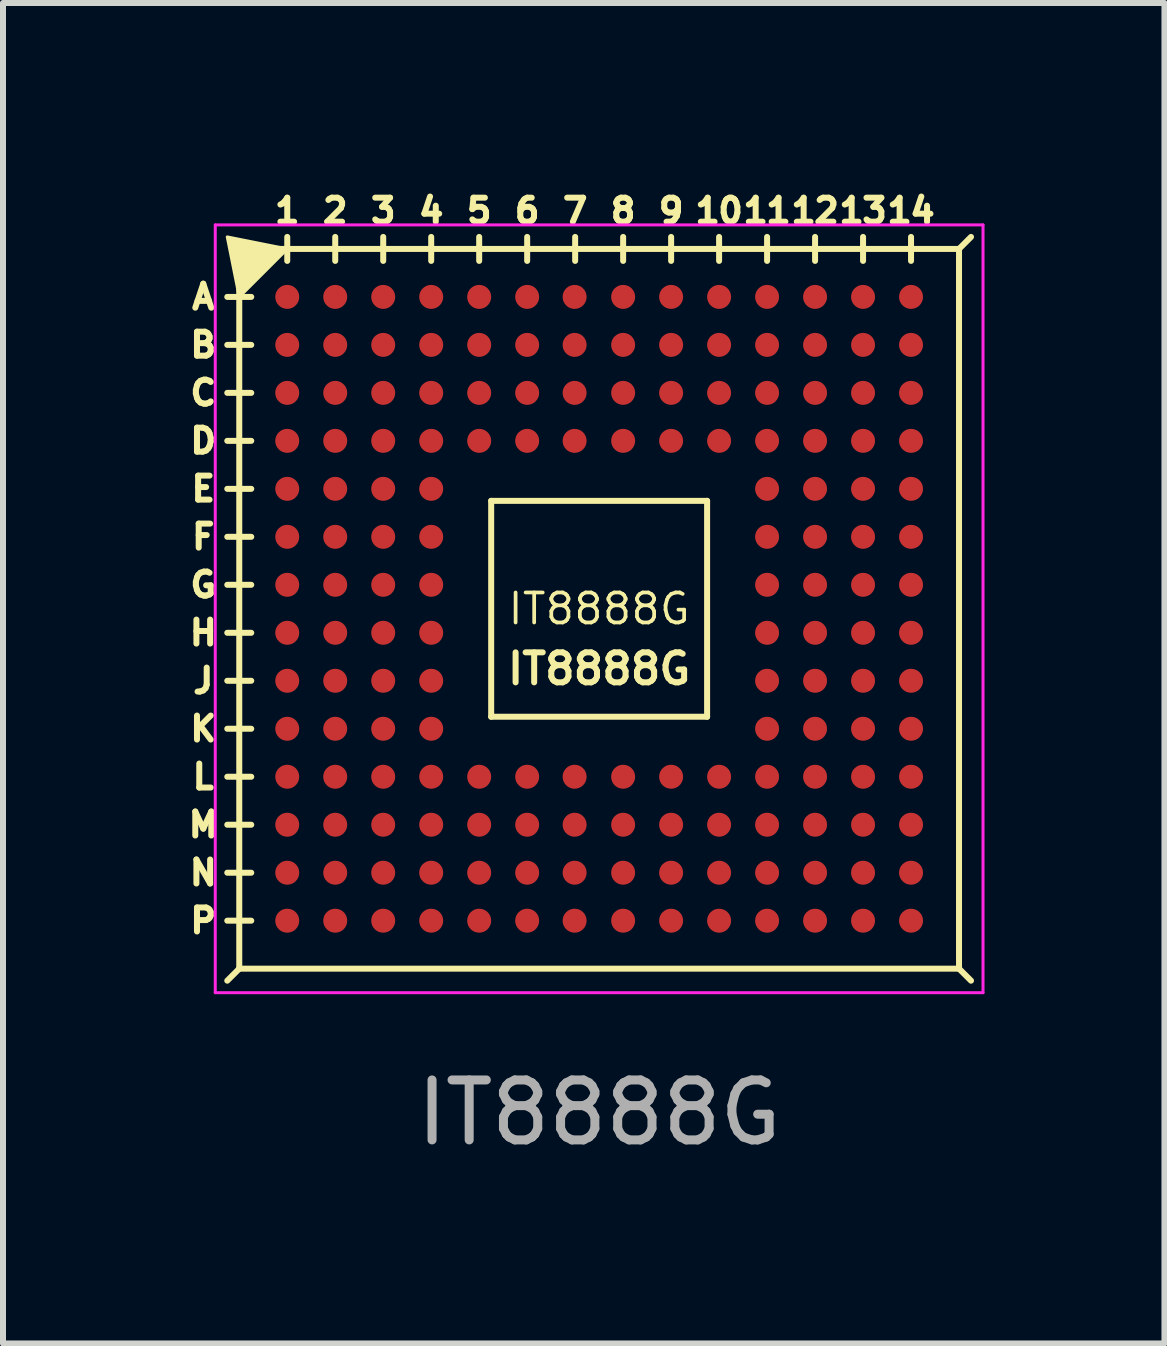
<source format=kicad_pcb>
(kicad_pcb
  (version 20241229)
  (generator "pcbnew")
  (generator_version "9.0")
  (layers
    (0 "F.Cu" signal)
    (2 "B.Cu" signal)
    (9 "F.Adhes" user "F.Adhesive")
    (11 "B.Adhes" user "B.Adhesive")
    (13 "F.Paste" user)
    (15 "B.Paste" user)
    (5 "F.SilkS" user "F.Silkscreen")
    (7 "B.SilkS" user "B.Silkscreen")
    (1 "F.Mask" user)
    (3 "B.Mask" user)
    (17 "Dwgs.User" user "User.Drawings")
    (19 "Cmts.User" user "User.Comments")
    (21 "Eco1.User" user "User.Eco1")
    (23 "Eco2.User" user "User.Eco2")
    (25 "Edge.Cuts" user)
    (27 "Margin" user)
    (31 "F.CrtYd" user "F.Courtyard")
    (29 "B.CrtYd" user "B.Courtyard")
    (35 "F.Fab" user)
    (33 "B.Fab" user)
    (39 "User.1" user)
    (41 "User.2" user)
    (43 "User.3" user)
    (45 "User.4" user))
  (footprint "IT8888G"
    (layer "F.Cu")
    (at 6.939 7.1)
    (property "Reference" "IT8888G" (at 0 1 0) (unlocked yes) (layer "F.SilkS") (effects (font (size 0.5 0.5) (thickness 0.1))))
    (attr smd)
    (fp_line (start -6.2 -5.2) (end -5.8 -5.2) (stroke (width 0.1) (type default)) (layer "F.SilkS"))
    (fp_line (start -6.2 -4.4) (end -5.8 -4.4) (stroke (width 0.1) (type default)) (layer "F.SilkS"))
    (fp_line (start -6.2 -3.6) (end -5.8 -3.6) (stroke (width 0.1) (type default)) (layer "F.SilkS"))
    (fp_line (start -6.2 -2.8) (end -5.8 -2.8) (stroke (width 0.1) (type default)) (layer "F.SilkS"))
    (fp_line (start -6.2 -2) (end -5.8 -2) (stroke (width 0.1) (type default)) (layer "F.SilkS"))
    (fp_line (start -6.2 -1.2) (end -5.8 -1.2) (stroke (width 0.1) (type default)) (layer "F.SilkS"))
    (fp_line (start -6.2 -0.4) (end -5.8 -0.4) (stroke (width 0.1) (type default)) (layer "F.SilkS"))
    (fp_line (start -6.2 0.4) (end -5.8 0.4) (stroke (width 0.1) (type default)) (layer "F.SilkS"))
    (fp_line (start -6.2 1.2) (end -5.8 1.2) (stroke (width 0.1) (type default)) (layer "F.SilkS"))
    (fp_line (start -6.2 2) (end -5.8 2) (stroke (width 0.1) (type default)) (layer "F.SilkS"))
    (fp_line (start -6.2 2.8) (end -5.8 2.8) (stroke (width 0.1) (type default)) (layer "F.SilkS"))
    (fp_line (start -6.2 3.6) (end -5.8 3.6) (stroke (width 0.1) (type default)) (layer "F.SilkS"))
    (fp_line (start -6.2 4.4) (end -5.8 4.4) (stroke (width 0.1) (type default)) (layer "F.SilkS"))
    (fp_line (start -6.2 5.2) (end -5.8 5.2) (stroke (width 0.1) (type default)) (layer "F.SilkS"))
    (fp_line (start -6 -6) (end -6 6) (stroke (width 0.1) (type default)) (layer "F.SilkS"))
    (fp_line (start -6 -6) (end 6 -6) (stroke (width 0.1) (type default)) (layer "F.SilkS"))
    (fp_line (start -6 6) (end -6.2 6.2) (stroke (width 0.1) (type default)) (layer "F.SilkS"))
    (fp_line (start -5.2 -6.2) (end -5.2 -5.8) (stroke (width 0.1) (type default)) (layer "F.SilkS"))
    (fp_line (start -4.4 -6.2) (end -4.4 -5.8) (stroke (width 0.1) (type default)) (layer "F.SilkS"))
    (fp_line (start -3.6 -6.2) (end -3.6 -5.8) (stroke (width 0.1) (type default)) (layer "F.SilkS"))
    (fp_line (start -2.8 -6.2) (end -2.8 -5.8) (stroke (width 0.1) (type default)) (layer "F.SilkS"))
    (fp_line (start -2 -6.2) (end -2 -5.8) (stroke (width 0.1) (type default)) (layer "F.SilkS"))
    (fp_line (start -1.8 -1.8) (end -1.8 1.8) (stroke (width 0.1) (type default)) (layer "F.SilkS"))
    (fp_line (start -1.8 1.8) (end 1.8 1.8) (stroke (width 0.1) (type default)) (layer "F.SilkS"))
    (fp_line (start -1.2 -6.2) (end -1.2 -5.8) (stroke (width 0.1) (type default)) (layer "F.SilkS"))
    (fp_line (start -0.4 -6.2) (end -0.4 -5.8) (stroke (width 0.1) (type default)) (layer "F.SilkS"))
    (fp_line (start 0.4 -6.2) (end 0.4 -5.8) (stroke (width 0.1) (type default)) (layer "F.SilkS"))
    (fp_line (start 1.2 -6.2) (end 1.2 -5.8) (stroke (width 0.1) (type default)) (layer "F.SilkS"))
    (fp_line (start 1.8 -1.8) (end -1.8 -1.8) (stroke (width 0.1) (type default)) (layer "F.SilkS"))
    (fp_line (start 1.8 1.8) (end 1.8 -1.8) (stroke (width 0.1) (type default)) (layer "F.SilkS"))
    (fp_line (start 2 -6.2) (end 2 -5.8) (stroke (width 0.1) (type default)) (layer "F.SilkS"))
    (fp_line (start 2.8 -6.2) (end 2.8 -5.8) (stroke (width 0.1) (type default)) (layer "F.SilkS"))
    (fp_line (start 3.6 -6.2) (end 3.6 -5.8) (stroke (width 0.1) (type default)) (layer "F.SilkS"))
    (fp_line (start 4.4 -6.2) (end 4.4 -5.8) (stroke (width 0.1) (type default)) (layer "F.SilkS"))
    (fp_line (start 5.2 -6.2) (end 5.2 -5.8) (stroke (width 0.1) (type default)) (layer "F.SilkS"))
    (fp_line (start 6 -6) (end 6 6) (stroke (width 0.1) (type default)) (layer "F.SilkS"))
    (fp_line (start 6 -6) (end 6.2 -6.2) (stroke (width 0.1) (type default)) (layer "F.SilkS"))
    (fp_line (start 6 6) (end -6 6) (stroke (width 0.1) (type default)) (layer "F.SilkS"))
    (fp_line (start 6 6) (end 6.2 6.2) (stroke (width 0.1) (type default)) (layer "F.SilkS"))
    (fp_poly (pts (xy -6 -5.2) (xy -5.2 -6) (xy -6.2 -6.2)) (stroke (width 0.05) (type solid)) (fill yes) (layer "F.SilkS"))
    (fp_line (start -6.4 -6.4) (end 6.4 -6.4) (stroke (width 0.05) (type default)) (layer "F.CrtYd"))
    (fp_line (start -6.4 6.4) (end -6.4 -6.4) (stroke (width 0.05) (type default)) (layer "F.CrtYd"))
    (fp_line (start 6.4 -6.4) (end 6.4 6.4) (stroke (width 0.05) (type default)) (layer "F.CrtYd"))
    (fp_line (start 6.4 6.4) (end -6.4 6.4) (stroke (width 0.05) (type default)) (layer "F.CrtYd"))
    (fp_text user "14" (at 5.2 -6.4 0) (unlocked yes) (layer "F.SilkS") (effects (font (size 0.4 0.4) (thickness 0.1) (bold yes)) (justify bottom)))
    (fp_text user "E" (at -6.6 -2 0) (unlocked yes) (layer "F.SilkS") (effects (font (size 0.4 0.4) (thickness 0.1))))
    (fp_text user "2" (at -4.4 -6.4 0) (unlocked yes) (layer "F.SilkS") (effects (font (size 0.4 0.4) (thickness 0.1)) (justify bottom)))
    (fp_text user "G" (at -6.6 -0.4 0) (unlocked yes) (layer "F.SilkS") (effects (font (size 0.4 0.4) (thickness 0.1))))
    (fp_text user "D" (at -6.6 -2.8 0) (unlocked yes) (layer "F.SilkS") (effects (font (size 0.4 0.4) (thickness 0.1))))
    (fp_text user "5" (at -2 -6.4 0) (unlocked yes) (layer "F.SilkS") (effects (font (size 0.4 0.4) (thickness 0.1)) (justify bottom)))
    (fp_text user "L" (at -6.6 2.8 0) (unlocked yes) (layer "F.SilkS") (effects (font (size 0.4 0.4) (thickness 0.1))))
    (fp_text user "1" (at -5.2 -6.4 0) (unlocked yes) (layer "F.SilkS") (effects (font (size 0.4 0.4) (thickness 0.1)) (justify bottom)))
    (fp_text user "8" (at 0.4 -6.4 0) (unlocked yes) (layer "F.SilkS") (effects (font (size 0.4 0.4) (thickness 0.1)) (justify bottom)))
    (fp_text user "A" (at -6.6 -5.2 0) (unlocked yes) (layer "F.SilkS") (effects (font (size 0.4 0.4) (thickness 0.1))))
    (fp_text user "M" (at -6.6 3.6 0) (unlocked yes) (layer "F.SilkS") (effects (font (size 0.4 0.4) (thickness 0.1))))
    (fp_text user "6" (at -1.2 -6.4 0) (unlocked yes) (layer "F.SilkS") (effects (font (size 0.4 0.4) (thickness 0.1)) (justify bottom)))
    (fp_text user "13" (at 4.4 -6.4 0) (unlocked yes) (layer "F.SilkS") (effects (font (size 0.4 0.4) (thickness 0.1) (bold yes)) (justify bottom)))
    (fp_text user "9" (at 1.2 -6.4 0) (unlocked yes) (layer "F.SilkS") (effects (font (size 0.4 0.4) (thickness 0.1)) (justify bottom)))
    (fp_text user "J" (at -6.6 1.2 0) (unlocked yes) (layer "F.SilkS") (effects (font (size 0.4 0.4) (thickness 0.1))))
    (fp_text user "P" (at -6.6 5.2 0) (unlocked yes) (layer "F.SilkS") (effects (font (size 0.4 0.4) (thickness 0.1))))
    (fp_text user "3" (at -3.6 -6.4 0) (unlocked yes) (layer "F.SilkS") (effects (font (size 0.4 0.4) (thickness 0.1)) (justify bottom)))
    (fp_text user "IT8888G" (at 0 0 0) (unlocked yes) (layer "F.SilkS") (effects (font (size 0.5 0.5) (thickness 0.062))))
    (fp_text user "7" (at -0.4 -6.4 0) (unlocked yes) (layer "F.SilkS") (effects (font (size 0.4 0.4) (thickness 0.1)) (justify bottom)))
    (fp_text user "B" (at -6.6 -4.4 0) (unlocked yes) (layer "F.SilkS") (effects (font (size 0.4 0.4) (thickness 0.1))))
    (fp_text user "H" (at -6.6 0.4 0) (unlocked yes) (layer "F.SilkS") (effects (font (size 0.4 0.4) (thickness 0.1))))
    (fp_text user "F" (at -6.6 -1.2 0) (unlocked yes) (layer "F.SilkS") (effects (font (size 0.4 0.4) (thickness 0.1))))
    (fp_text user "K" (at -6.6 2 0) (unlocked yes) (layer "F.SilkS") (effects (font (size 0.4 0.4) (thickness 0.1))))
    (fp_text user "12" (at 3.6 -6.4 0) (unlocked yes) (layer "F.SilkS") (effects (font (size 0.4 0.4) (thickness 0.1) (bold yes)) (justify bottom)))
    (fp_text user "10" (at 2 -6.4 0) (unlocked yes) (layer "F.SilkS") (effects (font (size 0.4 0.4) (thickness 0.1) (bold yes)) (justify bottom)))
    (fp_text user "C" (at -6.6 -3.6 0) (unlocked yes) (layer "F.SilkS") (effects (font (size 0.4 0.4) (thickness 0.1))))
    (fp_text user "4" (at -2.8 -6.4 0) (unlocked yes) (layer "F.SilkS") (effects (font (size 0.4 0.4) (thickness 0.1)) (justify bottom)))
    (fp_text user "11" (at 2.8 -6.4 0) (unlocked yes) (layer "F.SilkS") (effects (font (size 0.4 0.4) (thickness 0.1) (bold yes)) (justify bottom)))
    (fp_text user "N" (at -6.6 4.4 0) (unlocked yes) (layer "F.SilkS") (effects (font (size 0.4 0.4) (thickness 0.1))))
    (fp_text user "${REFERENCE}" (at 0 8.4 0) (unlocked yes) (layer "F.Fab") (effects (font (size 1 1) (thickness 0.15))))
    (pad "A1" smd circle (at -5.2 -5.2) (size 0.4 0.4) (layers "F.Cu" "F.Mask" "F.Paste"))
    (pad "A2" smd circle (at -4.4 -5.2) (size 0.4 0.4) (layers "F.Cu" "F.Mask" "F.Paste"))
    (pad "A3" smd circle (at -3.6 -5.2) (size 0.4 0.4) (layers "F.Cu" "F.Mask" "F.Paste"))
    (pad "A4" smd circle (at -2.8 -5.2) (size 0.4 0.4) (layers "F.Cu" "F.Mask" "F.Paste"))
    (pad "A5" smd circle (at -2 -5.2) (size 0.4 0.4) (layers "F.Cu" "F.Mask" "F.Paste"))
    (pad "A6" smd circle (at -1.2 -5.2) (size 0.4 0.4) (layers "F.Cu" "F.Mask" "F.Paste"))
    (pad "A7" smd circle (at -0.409 -5.2) (size 0.4 0.4) (layers "F.Cu" "F.Mask" "F.Paste"))
    (pad "A8" smd circle (at 0.4 -5.2) (size 0.4 0.4) (layers "F.Cu" "F.Mask" "F.Paste"))
    (pad "A9" smd circle (at 1.2 -5.2) (size 0.4 0.4) (layers "F.Cu" "F.Mask" "F.Paste"))
    (pad "A10" smd circle (at 2 -5.2) (size 0.4 0.4) (layers "F.Cu" "F.Mask" "F.Paste"))
    (pad "A11" smd circle (at 2.8 -5.2) (size 0.4 0.4) (layers "F.Cu" "F.Mask" "F.Paste"))
    (pad "A12" smd circle (at 3.6 -5.2) (size 0.4 0.4) (layers "F.Cu" "F.Mask" "F.Paste"))
    (pad "A13" smd circle (at 4.4 -5.2) (size 0.4 0.4) (layers "F.Cu" "F.Mask" "F.Paste"))
    (pad "A14" smd circle (at 5.2 -5.2) (size 0.4 0.4) (layers "F.Cu" "F.Mask" "F.Paste"))
    (pad "B1" smd circle (at -5.2 -4.4) (size 0.4 0.4) (layers "F.Cu" "F.Mask" "F.Paste"))
    (pad "B2" smd circle (at -4.4 -4.4) (size 0.4 0.4) (layers "F.Cu" "F.Mask" "F.Paste"))
    (pad "B3" smd circle (at -3.6 -4.4) (size 0.4 0.4) (layers "F.Cu" "F.Mask" "F.Paste"))
    (pad "B4" smd circle (at -2.8 -4.4) (size 0.4 0.4) (layers "F.Cu" "F.Mask" "F.Paste"))
    (pad "B5" smd circle (at -2 -4.4) (size 0.4 0.4) (layers "F.Cu" "F.Mask" "F.Paste"))
    (pad "B6" smd circle (at -1.2 -4.4) (size 0.4 0.4) (layers "F.Cu" "F.Mask" "F.Paste"))
    (pad "B7" smd circle (at -0.409 -4.4) (size 0.4 0.4) (layers "F.Cu" "F.Mask" "F.Paste"))
    (pad "B8" smd circle (at 0.4 -4.4) (size 0.4 0.4) (layers "F.Cu" "F.Mask" "F.Paste"))
    (pad "B9" smd circle (at 1.2 -4.4) (size 0.4 0.4) (layers "F.Cu" "F.Mask" "F.Paste"))
    (pad "B10" smd circle (at 2 -4.4) (size 0.4 0.4) (layers "F.Cu" "F.Mask" "F.Paste"))
    (pad "B11" smd circle (at 2.8 -4.4) (size 0.4 0.4) (layers "F.Cu" "F.Mask" "F.Paste"))
    (pad "B12" smd circle (at 3.6 -4.4) (size 0.4 0.4) (layers "F.Cu" "F.Mask" "F.Paste"))
    (pad "B13" smd circle (at 4.4 -4.4) (size 0.4 0.4) (layers "F.Cu" "F.Mask" "F.Paste"))
    (pad "B14" smd circle (at 5.2 -4.4) (size 0.4 0.4) (layers "F.Cu" "F.Mask" "F.Paste"))
    (pad "C1" smd circle (at -5.2 -3.6) (size 0.4 0.4) (layers "F.Cu" "F.Mask" "F.Paste"))
    (pad "C2" smd circle (at -4.4 -3.6) (size 0.4 0.4) (layers "F.Cu" "F.Mask" "F.Paste"))
    (pad "C3" smd circle (at -3.6 -3.6) (size 0.4 0.4) (layers "F.Cu" "F.Mask" "F.Paste"))
    (pad "C4" smd circle (at -2.8 -3.6) (size 0.4 0.4) (layers "F.Cu" "F.Mask" "F.Paste"))
    (pad "C5" smd circle (at -2 -3.6) (size 0.4 0.4) (layers "F.Cu" "F.Mask" "F.Paste"))
    (pad "C6" smd circle (at -1.2 -3.6) (size 0.4 0.4) (layers "F.Cu" "F.Mask" "F.Paste"))
    (pad "C7" smd circle (at -0.409 -3.6) (size 0.4 0.4) (layers "F.Cu" "F.Mask" "F.Paste"))
    (pad "C8" smd circle (at 0.4 -3.6) (size 0.4 0.4) (layers "F.Cu" "F.Mask" "F.Paste"))
    (pad "C9" smd circle (at 1.2 -3.6) (size 0.4 0.4) (layers "F.Cu" "F.Mask" "F.Paste"))
    (pad "C10" smd circle (at 2 -3.6) (size 0.4 0.4) (layers "F.Cu" "F.Mask" "F.Paste"))
    (pad "C11" smd circle (at 2.8 -3.6) (size 0.4 0.4) (layers "F.Cu" "F.Mask" "F.Paste"))
    (pad "C12" smd circle (at 3.6 -3.6) (size 0.4 0.4) (layers "F.Cu" "F.Mask" "F.Paste"))
    (pad "C13" smd circle (at 4.4 -3.6) (size 0.4 0.4) (layers "F.Cu" "F.Mask" "F.Paste"))
    (pad "C14" smd circle (at 5.2 -3.6) (size 0.4 0.4) (layers "F.Cu" "F.Mask" "F.Paste"))
    (pad "D1" smd circle (at -5.2 -2.8) (size 0.4 0.4) (layers "F.Cu" "F.Mask" "F.Paste"))
    (pad "D2" smd circle (at -4.4 -2.8) (size 0.4 0.4) (layers "F.Cu" "F.Mask" "F.Paste"))
    (pad "D3" smd circle (at -3.6 -2.8) (size 0.4 0.4) (layers "F.Cu" "F.Mask" "F.Paste"))
    (pad "D4" smd circle (at -2.8 -2.8) (size 0.4 0.4) (layers "F.Cu" "F.Mask" "F.Paste"))
    (pad "D5" smd circle (at -2 -2.8) (size 0.4 0.4) (layers "F.Cu" "F.Mask" "F.Paste"))
    (pad "D6" smd circle (at -1.2 -2.8) (size 0.4 0.4) (layers "F.Cu" "F.Mask" "F.Paste"))
    (pad "D7" smd circle (at -0.409 -2.8) (size 0.4 0.4) (layers "F.Cu" "F.Mask" "F.Paste"))
    (pad "D8" smd circle (at 0.4 -2.8) (size 0.4 0.4) (layers "F.Cu" "F.Mask" "F.Paste"))
    (pad "D9" smd circle (at 1.2 -2.8) (size 0.4 0.4) (layers "F.Cu" "F.Mask" "F.Paste"))
    (pad "D10" smd circle (at 2 -2.8) (size 0.4 0.4) (layers "F.Cu" "F.Mask" "F.Paste"))
    (pad "D11" smd circle (at 2.8 -2.8) (size 0.4 0.4) (layers "F.Cu" "F.Mask" "F.Paste"))
    (pad "D12" smd circle (at 3.6 -2.8) (size 0.4 0.4) (layers "F.Cu" "F.Mask" "F.Paste"))
    (pad "D13" smd circle (at 4.4 -2.8) (size 0.4 0.4) (layers "F.Cu" "F.Mask" "F.Paste"))
    (pad "D14" smd circle (at 5.2 -2.8) (size 0.4 0.4) (layers "F.Cu" "F.Mask" "F.Paste"))
    (pad "E1" smd circle (at -5.2 -2) (size 0.4 0.4) (layers "F.Cu" "F.Mask" "F.Paste"))
    (pad "E2" smd circle (at -4.4 -2) (size 0.4 0.4) (layers "F.Cu" "F.Mask" "F.Paste"))
    (pad "E3" smd circle (at -3.6 -2) (size 0.4 0.4) (layers "F.Cu" "F.Mask" "F.Paste"))
    (pad "E4" smd circle (at -2.8 -2) (size 0.4 0.4) (layers "F.Cu" "F.Mask" "F.Paste"))
    (pad "E11" smd circle (at 2.8 -2) (size 0.4 0.4) (layers "F.Cu" "F.Mask" "F.Paste"))
    (pad "E12" smd circle (at 3.6 -2) (size 0.4 0.4) (layers "F.Cu" "F.Mask" "F.Paste"))
    (pad "E13" smd circle (at 4.4 -2) (size 0.4 0.4) (layers "F.Cu" "F.Mask" "F.Paste"))
    (pad "E14" smd circle (at 5.2 -2) (size 0.4 0.4) (layers "F.Cu" "F.Mask" "F.Paste"))
    (pad "F1" smd circle (at -5.2 -1.2) (size 0.4 0.4) (layers "F.Cu" "F.Mask" "F.Paste"))
    (pad "F2" smd circle (at -4.4 -1.2) (size 0.4 0.4) (layers "F.Cu" "F.Mask" "F.Paste"))
    (pad "F3" smd circle (at -3.6 -1.2) (size 0.4 0.4) (layers "F.Cu" "F.Mask" "F.Paste"))
    (pad "F4" smd circle (at -2.8 -1.2) (size 0.4 0.4) (layers "F.Cu" "F.Mask" "F.Paste"))
    (pad "F11" smd circle (at 2.8 -1.2) (size 0.4 0.4) (layers "F.Cu" "F.Mask" "F.Paste"))
    (pad "F12" smd circle (at 3.6 -1.2) (size 0.4 0.4) (layers "F.Cu" "F.Mask" "F.Paste"))
    (pad "F13" smd circle (at 4.4 -1.2) (size 0.4 0.4) (layers "F.Cu" "F.Mask" "F.Paste"))
    (pad "F14" smd circle (at 5.2 -1.2) (size 0.4 0.4) (layers "F.Cu" "F.Mask" "F.Paste"))
    (pad "G1" smd circle (at -5.2 -0.4) (size 0.4 0.4) (layers "F.Cu" "F.Mask" "F.Paste"))
    (pad "G2" smd circle (at -4.4 -0.4) (size 0.4 0.4) (layers "F.Cu" "F.Mask" "F.Paste"))
    (pad "G3" smd circle (at -3.6 -0.4) (size 0.4 0.4) (layers "F.Cu" "F.Mask" "F.Paste"))
    (pad "G4" smd circle (at -2.8 -0.4) (size 0.4 0.4) (layers "F.Cu" "F.Mask" "F.Paste"))
    (pad "G11" smd circle (at 2.8 -0.4) (size 0.4 0.4) (layers "F.Cu" "F.Mask" "F.Paste"))
    (pad "G12" smd circle (at 3.6 -0.4) (size 0.4 0.4) (layers "F.Cu" "F.Mask" "F.Paste"))
    (pad "G13" smd circle (at 4.4 -0.4) (size 0.4 0.4) (layers "F.Cu" "F.Mask" "F.Paste"))
    (pad "G14" smd circle (at 5.2 -0.4) (size 0.4 0.4) (layers "F.Cu" "F.Mask" "F.Paste"))
    (pad "H1" smd circle (at -5.2 0.4) (size 0.4 0.4) (layers "F.Cu" "F.Mask" "F.Paste"))
    (pad "H2" smd circle (at -4.4 0.4) (size 0.4 0.4) (layers "F.Cu" "F.Mask" "F.Paste"))
    (pad "H3" smd circle (at -3.6 0.4) (size 0.4 0.4) (layers "F.Cu" "F.Mask" "F.Paste"))
    (pad "H4" smd circle (at -2.8 0.4) (size 0.4 0.4) (layers "F.Cu" "F.Mask" "F.Paste"))
    (pad "H11" smd circle (at 2.8 0.4) (size 0.4 0.4) (layers "F.Cu" "F.Mask" "F.Paste"))
    (pad "H12" smd circle (at 3.6 0.4) (size 0.4 0.4) (layers "F.Cu" "F.Mask" "F.Paste"))
    (pad "H13" smd circle (at 4.4 0.4) (size 0.4 0.4) (layers "F.Cu" "F.Mask" "F.Paste"))
    (pad "H14" smd circle (at 5.2 0.4) (size 0.4 0.4) (layers "F.Cu" "F.Mask" "F.Paste"))
    (pad "J1" smd circle (at -5.2 1.2) (size 0.4 0.4) (layers "F.Cu" "F.Mask" "F.Paste"))
    (pad "J2" smd circle (at -4.4 1.2) (size 0.4 0.4) (layers "F.Cu" "F.Mask" "F.Paste"))
    (pad "J3" smd circle (at -3.6 1.2) (size 0.4 0.4) (layers "F.Cu" "F.Mask" "F.Paste"))
    (pad "J4" smd circle (at -2.8 1.2) (size 0.4 0.4) (layers "F.Cu" "F.Mask" "F.Paste"))
    (pad "J11" smd circle (at 2.8 1.2) (size 0.4 0.4) (layers "F.Cu" "F.Mask" "F.Paste"))
    (pad "J12" smd circle (at 3.6 1.2) (size 0.4 0.4) (layers "F.Cu" "F.Mask" "F.Paste"))
    (pad "J13" smd circle (at 4.4 1.2) (size 0.4 0.4) (layers "F.Cu" "F.Mask" "F.Paste"))
    (pad "J14" smd circle (at 5.2 1.2) (size 0.4 0.4) (layers "F.Cu" "F.Mask" "F.Paste"))
    (pad "K1" smd circle (at -5.2 2) (size 0.4 0.4) (layers "F.Cu" "F.Mask" "F.Paste"))
    (pad "K2" smd circle (at -4.4 2) (size 0.4 0.4) (layers "F.Cu" "F.Mask" "F.Paste"))
    (pad "K3" smd circle (at -3.6 2) (size 0.4 0.4) (layers "F.Cu" "F.Mask" "F.Paste"))
    (pad "K4" smd circle (at -2.8 2) (size 0.4 0.4) (layers "F.Cu" "F.Mask" "F.Paste"))
    (pad "K11" smd circle (at 2.8 2) (size 0.4 0.4) (layers "F.Cu" "F.Mask" "F.Paste"))
    (pad "K12" smd circle (at 3.6 2) (size 0.4 0.4) (layers "F.Cu" "F.Mask" "F.Paste"))
    (pad "K13" smd circle (at 4.4 2) (size 0.4 0.4) (layers "F.Cu" "F.Mask" "F.Paste"))
    (pad "K14" smd circle (at 5.2 2) (size 0.4 0.4) (layers "F.Cu" "F.Mask" "F.Paste"))
    (pad "L1" smd circle (at -5.2 2.8) (size 0.4 0.4) (layers "F.Cu" "F.Mask" "F.Paste"))
    (pad "L2" smd circle (at -4.4 2.8) (size 0.4 0.4) (layers "F.Cu" "F.Mask" "F.Paste"))
    (pad "L3" smd circle (at -3.6 2.8) (size 0.4 0.4) (layers "F.Cu" "F.Mask" "F.Paste"))
    (pad "L4" smd circle (at -2.8 2.8) (size 0.4 0.4) (layers "F.Cu" "F.Mask" "F.Paste"))
    (pad "L5" smd circle (at -2 2.8) (size 0.4 0.4) (layers "F.Cu" "F.Mask" "F.Paste"))
    (pad "L6" smd circle (at -1.2 2.8) (size 0.4 0.4) (layers "F.Cu" "F.Mask" "F.Paste"))
    (pad "L7" smd circle (at -0.409 2.8) (size 0.4 0.4) (layers "F.Cu" "F.Mask" "F.Paste"))
    (pad "L8" smd circle (at 0.4 2.8) (size 0.4 0.4) (layers "F.Cu" "F.Mask" "F.Paste"))
    (pad "L9" smd circle (at 1.2 2.8) (size 0.4 0.4) (layers "F.Cu" "F.Mask" "F.Paste"))
    (pad "L10" smd circle (at 2 2.8) (size 0.4 0.4) (layers "F.Cu" "F.Mask" "F.Paste"))
    (pad "L11" smd circle (at 2.8 2.8) (size 0.4 0.4) (layers "F.Cu" "F.Mask" "F.Paste"))
    (pad "L12" smd circle (at 3.6 2.8) (size 0.4 0.4) (layers "F.Cu" "F.Mask" "F.Paste"))
    (pad "L13" smd circle (at 4.4 2.8) (size 0.4 0.4) (layers "F.Cu" "F.Mask" "F.Paste"))
    (pad "L14" smd circle (at 5.2 2.8) (size 0.4 0.4) (layers "F.Cu" "F.Mask" "F.Paste"))
    (pad "M1" smd circle (at -5.2 3.6) (size 0.4 0.4) (layers "F.Cu" "F.Mask" "F.Paste"))
    (pad "M2" smd circle (at -4.4 3.6) (size 0.4 0.4) (layers "F.Cu" "F.Mask" "F.Paste"))
    (pad "M3" smd circle (at -3.6 3.6) (size 0.4 0.4) (layers "F.Cu" "F.Mask" "F.Paste"))
    (pad "M4" smd circle (at -2.8 3.6) (size 0.4 0.4) (layers "F.Cu" "F.Mask" "F.Paste"))
    (pad "M5" smd circle (at -2 3.6) (size 0.4 0.4) (layers "F.Cu" "F.Mask" "F.Paste"))
    (pad "M6" smd circle (at -1.2 3.6) (size 0.4 0.4) (layers "F.Cu" "F.Mask" "F.Paste"))
    (pad "M7" smd circle (at -0.409 3.6) (size 0.4 0.4) (layers "F.Cu" "F.Mask" "F.Paste"))
    (pad "M8" smd circle (at 0.4 3.6) (size 0.4 0.4) (layers "F.Cu" "F.Mask" "F.Paste"))
    (pad "M9" smd circle (at 1.2 3.6) (size 0.4 0.4) (layers "F.Cu" "F.Mask" "F.Paste"))
    (pad "M10" smd circle (at 2 3.6) (size 0.4 0.4) (layers "F.Cu" "F.Mask" "F.Paste"))
    (pad "M11" smd circle (at 2.8 3.6) (size 0.4 0.4) (layers "F.Cu" "F.Mask" "F.Paste"))
    (pad "M12" smd circle (at 3.6 3.6) (size 0.4 0.4) (layers "F.Cu" "F.Mask" "F.Paste"))
    (pad "M13" smd circle (at 4.4 3.6) (size 0.4 0.4) (layers "F.Cu" "F.Mask" "F.Paste"))
    (pad "M14" smd circle (at 5.2 3.6) (size 0.4 0.4) (layers "F.Cu" "F.Mask" "F.Paste"))
    (pad "N1" smd circle (at -5.2 4.4) (size 0.4 0.4) (layers "F.Cu" "F.Mask" "F.Paste"))
    (pad "N2" smd circle (at -4.4 4.4) (size 0.4 0.4) (layers "F.Cu" "F.Mask" "F.Paste"))
    (pad "N3" smd circle (at -3.6 4.4) (size 0.4 0.4) (layers "F.Cu" "F.Mask" "F.Paste"))
    (pad "N4" smd circle (at -2.8 4.4) (size 0.4 0.4) (layers "F.Cu" "F.Mask" "F.Paste"))
    (pad "N5" smd circle (at -2 4.4) (size 0.4 0.4) (layers "F.Cu" "F.Mask" "F.Paste"))
    (pad "N6" smd circle (at -1.2 4.4) (size 0.4 0.4) (layers "F.Cu" "F.Mask" "F.Paste"))
    (pad "N7" smd circle (at -0.409 4.4) (size 0.4 0.4) (layers "F.Cu" "F.Mask" "F.Paste"))
    (pad "N8" smd circle (at 0.4 4.4) (size 0.4 0.4) (layers "F.Cu" "F.Mask" "F.Paste"))
    (pad "N9" smd circle (at 1.2 4.4) (size 0.4 0.4) (layers "F.Cu" "F.Mask" "F.Paste"))
    (pad "N10" smd circle (at 2 4.4) (size 0.4 0.4) (layers "F.Cu" "F.Mask" "F.Paste"))
    (pad "N11" smd circle (at 2.8 4.4) (size 0.4 0.4) (layers "F.Cu" "F.Mask" "F.Paste"))
    (pad "N12" smd circle (at 3.6 4.4) (size 0.4 0.4) (layers "F.Cu" "F.Mask" "F.Paste"))
    (pad "N13" smd circle (at 4.4 4.4) (size 0.4 0.4) (layers "F.Cu" "F.Mask" "F.Paste"))
    (pad "N14" smd circle (at 5.2 4.4) (size 0.4 0.4) (layers "F.Cu" "F.Mask" "F.Paste"))
    (pad "P1" smd circle (at -5.2 5.2) (size 0.4 0.4) (layers "F.Cu" "F.Mask" "F.Paste"))
    (pad "P2" smd circle (at -4.4 5.2) (size 0.4 0.4) (layers "F.Cu" "F.Mask" "F.Paste"))
    (pad "P3" smd circle (at -3.6 5.2) (size 0.4 0.4) (layers "F.Cu" "F.Mask" "F.Paste"))
    (pad "P4" smd circle (at -2.8 5.2) (size 0.4 0.4) (layers "F.Cu" "F.Mask" "F.Paste"))
    (pad "P5" smd circle (at -2 5.2) (size 0.4 0.4) (layers "F.Cu" "F.Mask" "F.Paste"))
    (pad "P6" smd circle (at -1.2 5.2) (size 0.4 0.4) (layers "F.Cu" "F.Mask" "F.Paste"))
    (pad "P7" smd circle (at -0.409 5.2) (size 0.4 0.4) (layers "F.Cu" "F.Mask" "F.Paste"))
    (pad "P8" smd circle (at 0.4 5.2) (size 0.4 0.4) (layers "F.Cu" "F.Mask" "F.Paste"))
    (pad "P9" smd circle (at 1.2 5.2) (size 0.4 0.4) (layers "F.Cu" "F.Mask" "F.Paste"))
    (pad "P10" smd circle (at 2 5.2) (size 0.4 0.4) (layers "F.Cu" "F.Mask" "F.Paste"))
    (pad "P11" smd circle (at 2.8 5.2) (size 0.4 0.4) (layers "F.Cu" "F.Mask" "F.Paste"))
    (pad "P12" smd circle (at 3.6 5.2) (size 0.4 0.4) (layers "F.Cu" "F.Mask" "F.Paste"))
    (pad "P13" smd circle (at 4.4 5.2) (size 0.4 0.4) (layers "F.Cu" "F.Mask" "F.Paste"))
    (pad "P14" smd circle (at 5.2 5.2) (size 0.4 0.4) (layers "F.Cu" "F.Mask" "F.Paste")))
  (gr_rect
    (start -3 -3)
    (end 16.364 19.348)
    (stroke (width 0.1) (type default))
    (fill no)
    (layer "Edge.Cuts")))
</source>
